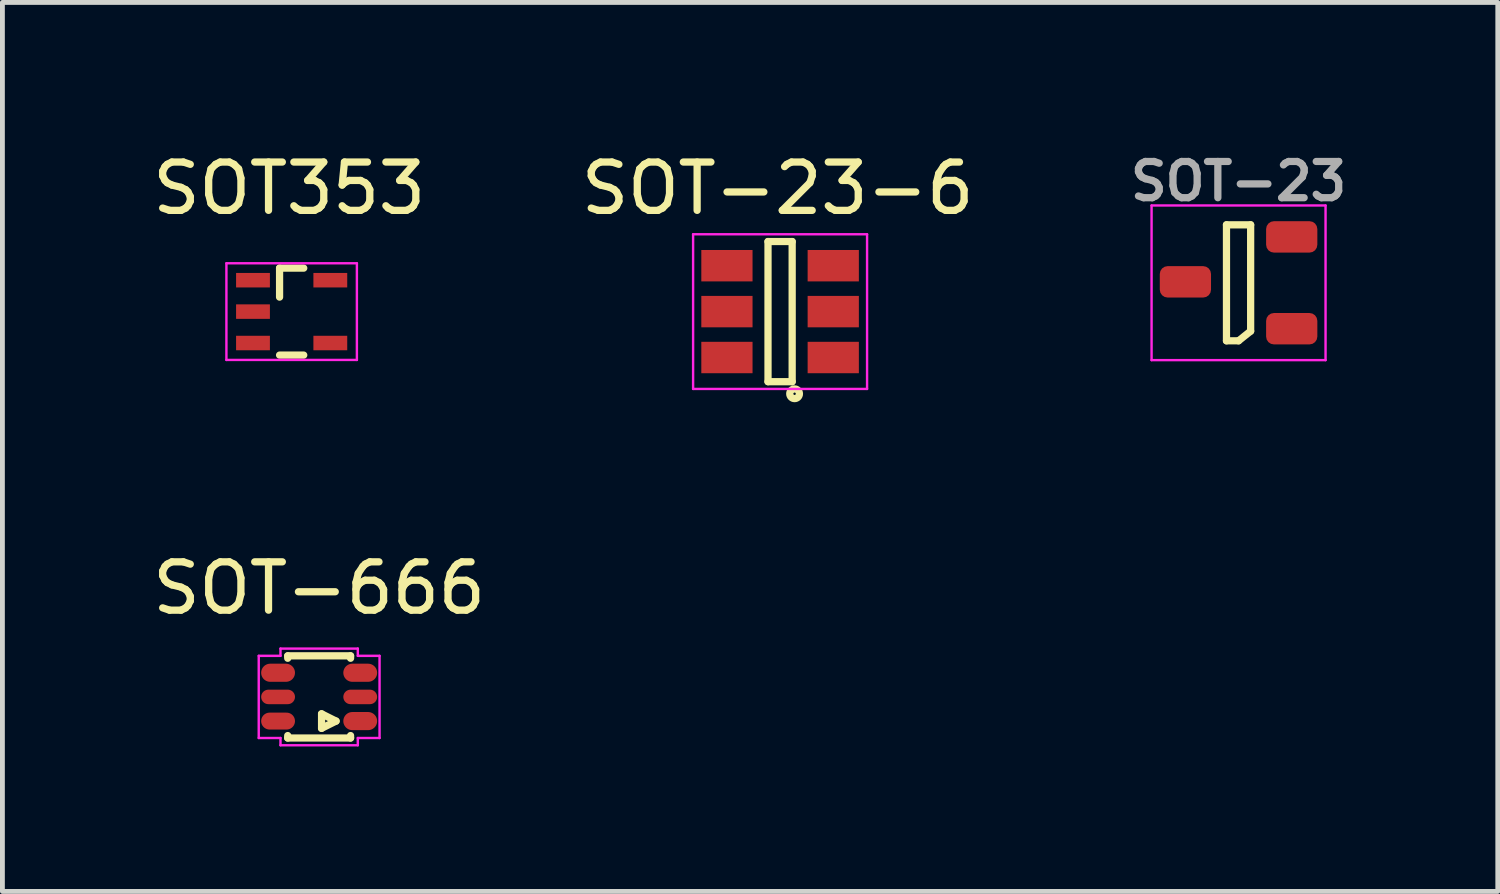
<source format=kicad_pcb>
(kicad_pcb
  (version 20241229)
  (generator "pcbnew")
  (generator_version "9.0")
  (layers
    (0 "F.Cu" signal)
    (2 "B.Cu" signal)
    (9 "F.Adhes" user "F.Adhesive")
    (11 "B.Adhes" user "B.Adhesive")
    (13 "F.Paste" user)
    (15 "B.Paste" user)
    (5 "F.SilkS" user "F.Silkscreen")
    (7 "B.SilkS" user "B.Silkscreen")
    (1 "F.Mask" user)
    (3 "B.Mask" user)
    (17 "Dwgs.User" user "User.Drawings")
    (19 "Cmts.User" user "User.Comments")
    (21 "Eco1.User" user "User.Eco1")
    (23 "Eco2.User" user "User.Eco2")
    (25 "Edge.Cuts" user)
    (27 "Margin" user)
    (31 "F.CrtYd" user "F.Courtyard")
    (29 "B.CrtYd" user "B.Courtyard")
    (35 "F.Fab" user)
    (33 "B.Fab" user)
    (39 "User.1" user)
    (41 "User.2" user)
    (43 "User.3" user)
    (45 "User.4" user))
  (footprint "SOT-666"
    (layer "F.Cu")
    (at 3.554 11.371)
    (property "Reference" "SOT-666" (at 0 -2.25 0) (layer "F.SilkS") (effects (font (size 1 1) (thickness 0.15))))
    (attr through_hole)
    (fp_line (start -0.65 -0.85) (end 0.65 -0.85) (stroke (width 0.15) (type solid)) (layer "F.SilkS"))
    (fp_line (start -0.65 -0.8) (end -0.65 -0.85) (stroke (width 0.15) (type solid)) (layer "F.SilkS"))
    (fp_line (start -0.65 0.85) (end -0.65 0.8) (stroke (width 0.15) (type solid)) (layer "F.SilkS"))
    (fp_line (start 0.05 0.35) (end 0.35 0.5) (stroke (width 0.15) (type solid)) (layer "F.SilkS"))
    (fp_line (start 0.05 0.65) (end 0.05 0.35) (stroke (width 0.15) (type solid)) (layer "F.SilkS"))
    (fp_line (start 0.35 0.5) (end 0.05 0.65) (stroke (width 0.15) (type solid)) (layer "F.SilkS"))
    (fp_line (start 0.65 -0.85) (end 0.65 -0.8) (stroke (width 0.15) (type solid)) (layer "F.SilkS"))
    (fp_line (start 0.65 0.8) (end 0.65 0.85) (stroke (width 0.15) (type solid)) (layer "F.SilkS"))
    (fp_line (start 0.65 0.85) (end -0.65 0.85) (stroke (width 0.15) (type solid)) (layer "F.SilkS"))
    (fp_line (start -1.25 -0.85) (end -0.8 -0.85) (stroke (width 0.05) (type solid)) (layer "F.CrtYd"))
    (fp_line (start -1.25 0.85) (end -1.25 -0.85) (stroke (width 0.05) (type solid)) (layer "F.CrtYd"))
    (fp_line (start -0.8 -1) (end 0.8 -1) (stroke (width 0.05) (type solid)) (layer "F.CrtYd"))
    (fp_line (start -0.8 -0.85) (end -0.8 -1) (stroke (width 0.05) (type solid)) (layer "F.CrtYd"))
    (fp_line (start -0.8 0.85) (end -1.25 0.85) (stroke (width 0.05) (type solid)) (layer "F.CrtYd"))
    (fp_line (start -0.8 1) (end -0.8 0.85) (stroke (width 0.05) (type solid)) (layer "F.CrtYd"))
    (fp_line (start 0.8 -1) (end 0.8 -0.85) (stroke (width 0.05) (type solid)) (layer "F.CrtYd"))
    (fp_line (start 0.8 -0.85) (end 1.25 -0.85) (stroke (width 0.05) (type solid)) (layer "F.CrtYd"))
    (fp_line (start 0.8 0.85) (end 0.8 1) (stroke (width 0.05) (type solid)) (layer "F.CrtYd"))
    (fp_line (start 0.8 1) (end -0.8 1) (stroke (width 0.05) (type solid)) (layer "F.CrtYd"))
    (fp_line (start 1.25 -0.85) (end 1.25 0.85) (stroke (width 0.05) (type solid)) (layer "F.CrtYd"))
    (fp_line (start 1.25 0.85) (end 0.8 0.85) (stroke (width 0.05) (type solid)) (layer "F.CrtYd"))
    (pad "1" smd oval (at 0.85 0.5 90) (size 0.375 0.7) (layers "F.Cu" "F.Mask" "F.Paste"))
    (pad "2" smd oval (at 0.85 0 90) (size 0.3 0.7) (layers "F.Cu" "F.Mask" "F.Paste"))
    (pad "3" smd oval (at 0.85 -0.5 90) (size 0.375 0.7) (layers "F.Cu" "F.Mask" "F.Paste"))
    (pad "4" smd oval (at -0.85 -0.5 90) (size 0.375 0.7) (layers "F.Cu" "F.Mask" "F.Paste"))
    (pad "5" smd oval (at -0.85 0 90) (size 0.3 0.7) (layers "F.Cu" "F.Mask" "F.Paste"))
    (pad "6" smd oval (at -0.85 0.5 90) (size 0.35 0.7) (layers "F.Cu" "F.Mask" "F.Paste")))
  (footprint "SOT-23-6"
    (layer "F.Cu")
    (at 13.092 3.398)
    (property "Reference" "SOT-23-6" (at -0.05 -2.55 0) (layer "F.SilkS") (effects (font (size 1 1) (thickness 0.15))))
    (attr smd)
    (fp_line (start -0.25 -1.45) (end -0.25 1.45) (stroke (width 0.15) (type solid)) (layer "F.SilkS"))
    (fp_line (start -0.25 1.45) (end 0.25 1.45) (stroke (width 0.15) (type solid)) (layer "F.SilkS"))
    (fp_line (start 0.25 -1.45) (end -0.25 -1.45) (stroke (width 0.15) (type solid)) (layer "F.SilkS"))
    (fp_line (start 0.25 1.45) (end 0.25 -1.45) (stroke (width 0.15) (type solid)) (layer "F.SilkS"))
    (fp_circle (center 0.3 1.7) (end 0.2 1.7) (stroke (width 0.15) (type solid)) (fill no) (layer "F.SilkS"))
    (fp_line (start -1.8 -1.6) (end 1.8 -1.6) (stroke (width 0.05) (type solid)) (layer "F.CrtYd"))
    (fp_line (start -1.8 1.6) (end -1.8 -1.6) (stroke (width 0.05) (type solid)) (layer "F.CrtYd"))
    (fp_line (start 1.8 -1.6) (end 1.8 1.6) (stroke (width 0.05) (type solid)) (layer "F.CrtYd"))
    (fp_line (start 1.8 1.6) (end -1.8 1.6) (stroke (width 0.05) (type solid)) (layer "F.CrtYd"))
    (pad "1" smd rect (at 1.1 0.95 180) (size 1.06 0.65) (layers "F.Cu" "F.Mask" "F.Paste"))
    (pad "2" smd rect (at 1.1 0 180) (size 1.06 0.65) (layers "F.Cu" "F.Mask" "F.Paste"))
    (pad "3" smd rect (at 1.1 -0.95 180) (size 1.06 0.65) (layers "F.Cu" "F.Mask" "F.Paste"))
    (pad "4" smd rect (at -1.1 -0.95 180) (size 1.06 0.65) (layers "F.Cu" "F.Mask" "F.Paste"))
    (pad "5" smd rect (at -1.1 0 180) (size 1.06 0.65) (layers "F.Cu" "F.Mask" "F.Paste"))
    (pad "6" smd rect (at -1.1 0.95 180) (size 1.06 0.65) (layers "F.Cu" "F.Mask" "F.Paste")))
  (footprint "SOT-23"
    (layer "F.Cu")
    (at 22.579 2.802)
    (property "Reference" "SOT-23" (at 0 -2.1 0) (layer "F.Fab") (effects (font (size 0.75 0.75) (thickness 0.15))))
    (attr smd)
    (fp_line (start -0.25 -1.2) (end -0.25 1.2) (stroke (width 0.15) (type solid)) (layer "F.SilkS"))
    (fp_line (start -0.25 1.2) (end 0 1.2) (stroke (width 0.15) (type solid)) (layer "F.SilkS"))
    (fp_line (start 0 1.2) (end 0.25 1) (stroke (width 0.15) (type solid)) (layer "F.SilkS"))
    (fp_line (start 0.25 -1.2) (end -0.25 -1.2) (stroke (width 0.15) (type solid)) (layer "F.SilkS"))
    (fp_line (start 0.25 1) (end 0.25 -1.2) (stroke (width 0.15) (type solid)) (layer "F.SilkS"))
    (fp_line (start -1.8 -1.6) (end 1.8 -1.6) (stroke (width 0.05) (type solid)) (layer "F.CrtYd"))
    (fp_line (start -1.8 1.6) (end -1.8 -1.6) (stroke (width 0.05) (type solid)) (layer "F.CrtYd"))
    (fp_line (start 1.8 -1.6) (end 1.8 1.6) (stroke (width 0.05) (type solid)) (layer "F.CrtYd"))
    (fp_line (start 1.8 1.6) (end -1.8 1.6) (stroke (width 0.05) (type solid)) (layer "F.CrtYd"))
    (pad "1" smd roundrect (at 1.1 0.95 180) (size 1.06 0.65) (layers "F.Cu" "F.Mask" "F.Paste") (roundrect_rratio 0.25))
    (pad "2" smd roundrect (at 1.1 -0.95 180) (size 1.06 0.65) (layers "F.Cu" "F.Mask" "F.Paste") (roundrect_rratio 0.25))
    (pad "3" smd roundrect (at -1.1 -0.02 180) (size 1.06 0.65) (layers "F.Cu" "F.Mask" "F.Paste") (roundrect_rratio 0.25)))
  (footprint "SOT353"
    (layer "F.Cu")
    (at 2.985 3.398)
    (property "Reference" "SOT353" (at -0.05 -2.55 0) (layer "F.SilkS") (effects (font (size 1 1) (thickness 0.15))))
    (attr smd)
    (fp_line (start -0.25 -0.9) (end -0.25 -0.3) (stroke (width 0.15) (type solid)) (layer "F.SilkS"))
    (fp_line (start -0.25 0.9) (end 0.25 0.9) (stroke (width 0.15) (type solid)) (layer "F.SilkS"))
    (fp_line (start 0.25 -0.9) (end -0.25 -0.9) (stroke (width 0.15) (type solid)) (layer "F.SilkS"))
    (fp_line (start -1.35 -1) (end 1.35 -1) (stroke (width 0.05) (type solid)) (layer "F.CrtYd"))
    (fp_line (start -1.35 1) (end -1.35 -1) (stroke (width 0.05) (type solid)) (layer "F.CrtYd"))
    (fp_line (start 1.35 -1) (end 1.35 1) (stroke (width 0.05) (type solid)) (layer "F.CrtYd"))
    (fp_line (start 1.35 1) (end -1.35 1) (stroke (width 0.05) (type solid)) (layer "F.CrtYd"))
    (pad "1" smd rect (at -0.8 -0.65) (size 0.7 0.3) (layers "F.Cu" "F.Mask" "F.Paste"))
    (pad "2" smd rect (at -0.8 0) (size 0.7 0.3) (layers "F.Cu" "F.Mask" "F.Paste"))
    (pad "3" smd rect (at -0.8 0.65) (size 0.7 0.3) (layers "F.Cu" "F.Mask" "F.Paste"))
    (pad "4" smd rect (at 0.8 0.65) (size 0.7 0.3) (layers "F.Cu" "F.Mask" "F.Paste"))
    (pad "5" smd rect (at 0.8 -0.65) (size 0.7 0.3) (layers "F.Cu" "F.Mask" "F.Paste")))
  (gr_rect
    (start -3 -3)
    (end 27.943 15.396)
    (stroke (width 0.1) (type default))
    (fill no)
    (layer "Edge.Cuts")))
</source>
